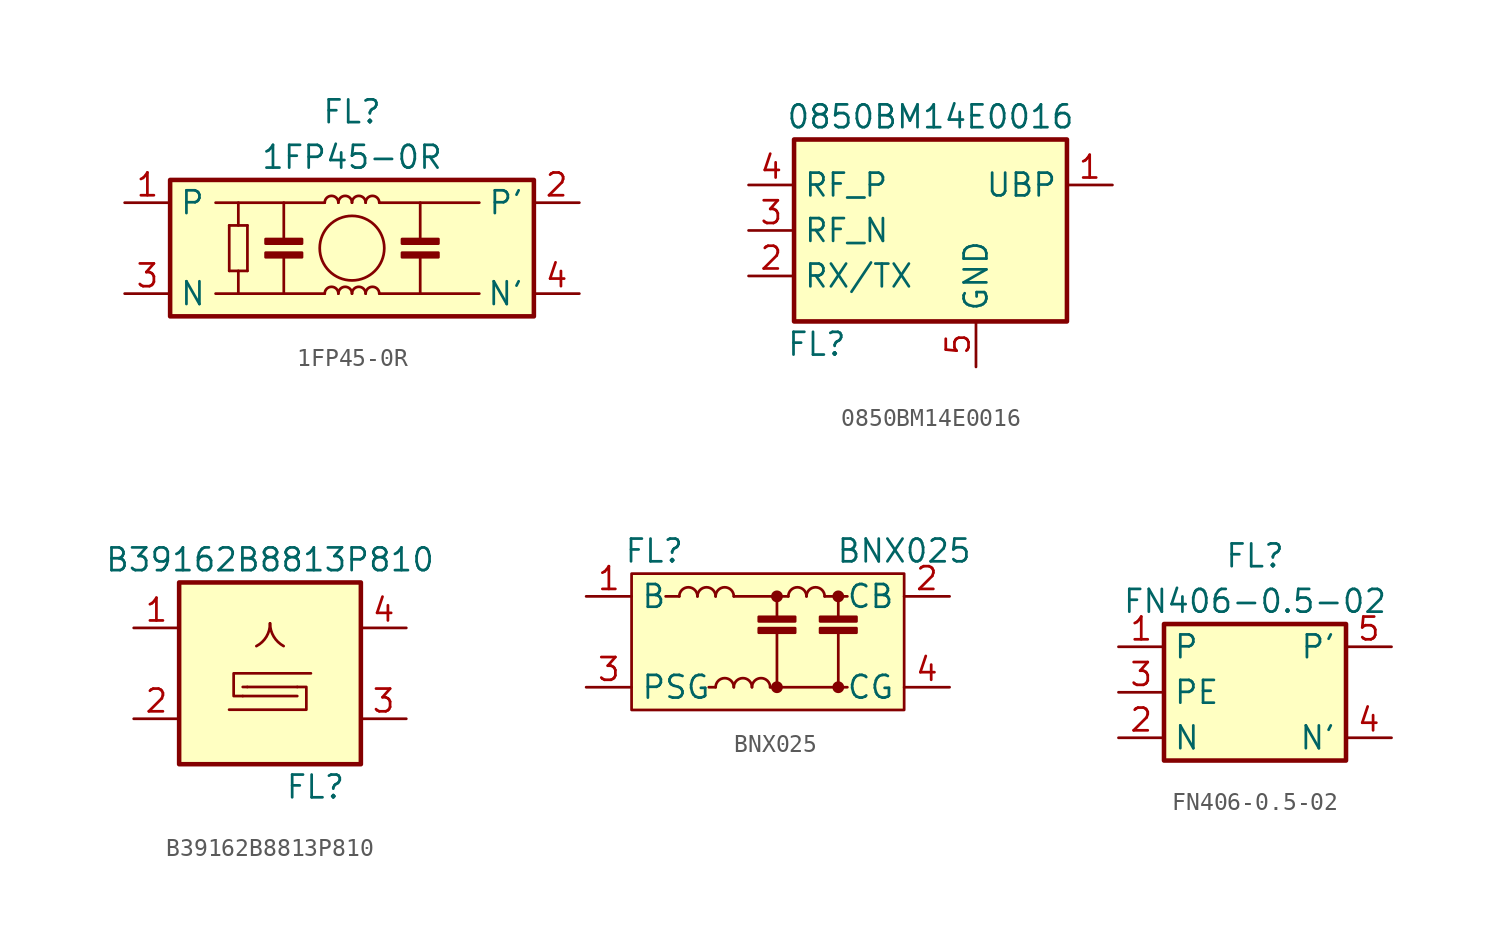
<source format=kicad_sym>
(kicad_symbol_lib
  (version 20241209)
  (generator "kicad_symbol_editor")
  (generator_version "9.0")
  (symbol "1FP45-0R"
    (property "Reference" "FL"
      (at 0 7.62 0)
      (effects (font (size 1.27 1.27))))
    (property "Value" "1FP45-0R"
      (at 0 5.08 0)
      (effects (font (size 1.27 1.27))))
    (symbol "1FP45-0R_1_1"
      (rectangle (start -10.16 3.81) (end 10.16 -3.81) (stroke (width 0.254) (type default)) (fill (type background)))
      (polyline (pts (xy -6.858 1.27) (xy -5.842 1.27)) (stroke (width 0) (type default)) (fill (type none)))
      (polyline (pts (xy -6.858 -1.27) (xy -6.858 1.27)) (stroke (width 0) (type default)) (fill (type none)))
      (polyline (pts (xy -6.858 -1.27) (xy -5.842 -1.27)) (stroke (width 0) (type default)) (fill (type none)))
      (polyline (pts (xy -6.35 1.27) (xy -6.35 2.54)) (stroke (width 0) (type default)) (fill (type none)))
      (polyline (pts (xy -6.35 -1.27) (xy -6.35 -2.54)) (stroke (width 0) (type default)) (fill (type none)))
      (polyline (pts (xy -5.842 -1.27) (xy -5.842 1.27)) (stroke (width 0) (type default)) (fill (type none)))
      (rectangle (start -4.826 0.254) (end -2.794 0.508) (stroke (width 0) (type default)) (fill (type outline)))
      (rectangle (start -4.826 -0.254) (end -2.794 -0.508) (stroke (width 0) (type default)) (fill (type outline)))
      (polyline (pts (xy -3.81 0.508) (xy -3.81 2.54)) (stroke (width 0) (type default)) (fill (type none)))
      (polyline (pts (xy -3.81 -0.508) (xy -3.81 -2.54)) (stroke (width 0) (type default)) (fill (type none)))
      (polyline (pts (xy -1.524 2.54) (xy -7.62 2.54)) (stroke (width 0) (type default)) (fill (type none)))
      (polyline (pts (xy -1.524 -2.54) (xy -7.62 -2.54)) (stroke (width 0) (type default)) (fill (type none)))
      (arc (start -1.524 2.54) (mid -1.143 2.9194) (end -0.762 2.54) (stroke (width 0) (type default)) (fill (type none)))
      (arc (start -1.524 -2.54) (mid -1.143 -2.1606) (end -0.762 -2.54) (stroke (width 0) (type default)) (fill (type none)))
      (arc (start -0.762 2.54) (mid -0.381 2.9194) (end 0 2.54) (stroke (width 0) (type default)) (fill (type none)))
      (arc (start -0.762 -2.54) (mid -0.381 -2.1606) (end 0 -2.54) (stroke (width 0) (type default)) (fill (type none)))
      (circle (center 0 0) (radius 1.803) (stroke (width 0) (type default)) (fill (type none)))
      (arc (start 0 2.54) (mid 0.381 2.9194) (end 0.762 2.54) (stroke (width 0) (type default)) (fill (type none)))
      (arc (start 0 -2.54) (mid 0.381 -2.1606) (end 0.762 -2.54) (stroke (width 0) (type default)) (fill (type none)))
      (arc (start 0.762 2.54) (mid 1.143 2.9194) (end 1.524 2.54) (stroke (width 0) (type default)) (fill (type none)))
      (arc (start 0.762 -2.54) (mid 1.143 -2.1606) (end 1.524 -2.54) (stroke (width 0) (type default)) (fill (type none)))
      (polyline (pts (xy 1.524 -2.54) (xy 7.112 -2.54)) (stroke (width 0) (type default)) (fill (type none)))
      (rectangle (start 2.794 0.254) (end 4.826 0.508) (stroke (width 0) (type default)) (fill (type outline)))
      (rectangle (start 2.794 -0.254) (end 4.826 -0.508) (stroke (width 0) (type default)) (fill (type outline)))
      (polyline (pts (xy 3.81 0.508) (xy 3.81 2.54)) (stroke (width 0) (type default)) (fill (type none)))
      (polyline (pts (xy 3.81 -0.508) (xy 3.81 -2.54)) (stroke (width 0) (type default)) (fill (type none)))
      (polyline (pts (xy 7.112 2.54) (xy 1.524 2.54)) (stroke (width 0) (type default)) (fill (type none)))
      (pin passive line (at -12.7 2.54 0) (length 2.54) (name "P" (effects (font (size 1.27 1.27)))) (number "1" (effects (font (size 1.27 1.27)))))
      (pin passive line (at -12.7 -2.54 0) (length 2.54) (name "N" (effects (font (size 1.27 1.27)))) (number "3" (effects (font (size 1.27 1.27)))))
      (pin passive line (at 12.7 2.54 180) (length 2.54) (name "P'" (effects (font (size 1.27 1.27)))) (number "2" (effects (font (size 1.27 1.27)))))
      (pin passive line (at 12.7 -2.54 180) (length 2.54) (name "N'" (effects (font (size 1.27 1.27)))) (number "4" (effects (font (size 1.27 1.27)))))))
  (symbol "0850BM14E0016"
    (property "Reference" "FL"
      (at -6.35 -6.35 0)
      (effects (font (size 1.27 1.27))))
    (property "Value" "0850BM14E0016"
      (at 0 6.35 0)
      (effects (font (size 1.27 1.27))))
    (symbol "0850BM14E0016_0_0"
      (pin passive line (at -10.16 2.54 0) (length 2.54) (name "RF_P" (effects (font (size 1.27 1.27)))) (number "4" (effects (font (size 1.27 1.27)))))
      (pin passive line (at -10.16 0 0) (length 2.54) (name "RF_N" (effects (font (size 1.27 1.27)))) (number "3" (effects (font (size 1.27 1.27)))))
      (pin passive line (at -10.16 -2.54 0) (length 2.54) (name "RX/TX" (effects (font (size 1.27 1.27)))) (number "2" (effects (font (size 1.27 1.27)))))
      (pin power_in line (at 2.54 -7.62 90) (length 2.54) (name "GND" (effects (font (size 1.27 1.27)))) (number "5" (effects (font (size 1.27 1.27)))))
      (pin passive line (at 2.54 -7.62 90) (length 2.54) (hide yes) (name "GND" (effects (font (size 1.27 1.27)))) (number "6" (effects (font (size 1.27 1.27)))))
      (pin passive line (at 10.16 2.54 180) (length 2.54) (name "UBP" (effects (font (size 1.27 1.27)))) (number "1" (effects (font (size 1.27 1.27))))))
    (symbol "0850BM14E0016_0_1"
      (rectangle (start -7.62 5.08) (end 7.62 -5.08) (stroke (width 0.254) (type default)) (fill (type background)))))
  (symbol "B39162B8813P810"
    (pin_names
      (offset 1.016))
    (property "Reference" "FL"
      (at 2.54 -6.35 0)
      (effects (font (size 1.27 1.27))))
    (property "Value" "B39162B8813P810"
      (at 0 6.35 0)
      (effects (font (size 1.27 1.27))))
    (symbol "B39162B8813P810_0_1"
      (rectangle (start -5.08 5.08) (end 5.08 -5.08) (stroke (width 0.254) (type default)) (fill (type background)))
      (polyline (pts (xy -1.524 -0.762) (xy -1.27 -0.762)) (stroke (width 0) (type default)) (fill (type none)))
      (polyline (pts (xy -1.524 -1.27) (xy -2.032 -1.27) (xy -2.032 0) (xy 2.286 0)) (stroke (width 0) (type default)) (fill (type none)))
      (arc (start 0 2.794) (mid -0.1994 2.05) (end -0.762 1.524) (stroke (width 0) (type default)) (fill (type none)))
      (arc (start 0.762 1.524) (mid 0.2071 2.0547) (end 0 2.794) (stroke (width 0) (type default)) (fill (type none)))
      (polyline (pts (xy 1.524 -0.762) (xy -1.27 -0.762)) (stroke (width 0) (type default)) (fill (type none)))
      (polyline (pts (xy 1.524 -0.762) (xy 2.032 -0.762) (xy 2.032 -2.032) (xy -2.286 -2.032)) (stroke (width 0) (type default)) (fill (type none)))
      (polyline (pts (xy 1.524 -1.27) (xy -1.524 -1.27)) (stroke (width 0) (type default)) (fill (type none))))
    (symbol "B39162B8813P810_1_1"
      (pin passive line (at -7.62 2.54 0) (length 2.54) (name "~" (effects (font (size 1.27 1.27)))) (number "1" (effects (font (size 1.27 1.27)))))
      (pin passive line (at -7.62 -2.54 0) (length 2.54) (name "~" (effects (font (size 1.27 1.27)))) (number "2" (effects (font (size 1.27 1.27)))))
      (pin passive line (at -7.62 -2.54 0) (length 2.54) (hide yes) (name "~" (effects (font (size 1.27 1.27)))) (number "5" (effects (font (size 1.27 1.27)))))
      (pin passive line (at 7.62 2.54 180) (length 2.54) (name "~" (effects (font (size 1.27 1.27)))) (number "4" (effects (font (size 1.27 1.27)))))
      (pin passive line (at 7.62 -2.54 180) (length 2.54) (name "~" (effects (font (size 1.27 1.27)))) (number "3" (effects (font (size 1.27 1.27)))))))
  (symbol "BNX025"
    (property "Reference" "FL"
      (at -6.35 5.08 0)
      (effects (font (size 1.27 1.27))))
    (property "Value" "BNX025"
      (at 7.62 5.08 0)
      (effects (font (size 1.27 1.27))))
    (symbol "BNX025_0_1"
      (rectangle (start -7.62 3.81) (end 7.62 -3.81) (stroke (width 0) (type default)) (fill (type background)))
      (polyline (pts (xy -4.953 2.54) (xy -5.715 2.54)) (stroke (width 0) (type default)) (fill (type none)))
      (polyline (pts (xy -3.302 -2.54) (xy -2.921 -2.54)) (stroke (width 0) (type default)) (fill (type none)))
      (arc (start -2.921 -2.54) (mid -2.413 -2.0342) (end -1.905 -2.54) (stroke (width 0) (type default)) (fill (type none)))
      (arc (start -1.905 -2.54) (mid -1.397 -2.0342) (end -0.889 -2.54) (stroke (width 0) (type default)) (fill (type none)))
      (rectangle (start -0.508 0.508) (end 1.524 0.762) (stroke (width 0) (type default)) (fill (type outline)))
      (arc (start -0.889 -2.54) (mid -0.381 -2.0342) (end 0.127 -2.54) (stroke (width 0) (type default)) (fill (type none)))
      (polyline (pts (xy 0.127 -2.54) (xy 0.508 -2.54)) (stroke (width 0) (type default)) (fill (type none)))
      (polyline (pts (xy 0.381 2.54) (xy -1.905 2.54)) (stroke (width 0) (type default)) (fill (type none)))
      (polyline (pts (xy 0.508 2.54) (xy 0.508 1.27)) (stroke (width 0) (type default)) (fill (type none)))
      (circle (center 0.508 2.54) (radius 0.254) (stroke (width 0) (type default)) (fill (type outline)))
      (polyline (pts (xy 0.508 -2.54) (xy 0.508 0.508)) (stroke (width 0) (type default)) (fill (type none)))
      (polyline (pts (xy 1.143 2.54) (xy 0.508 2.54)) (stroke (width 0) (type default)) (fill (type none)))
      (rectangle (start 1.524 1.143) (end -0.508 1.397) (stroke (width 0) (type default)) (fill (type outline)))
      (arc (start 1.143 2.54) (mid 1.651 3.0458) (end 2.159 2.54) (stroke (width 0) (type default)) (fill (type none)))
      (arc (start 2.159 2.54) (mid 2.667 3.0458) (end 3.175 2.54) (stroke (width 0) (type default)) (fill (type none)))
      (polyline (pts (xy 3.175 2.54) (xy 3.937 2.54)) (stroke (width 0) (type default)) (fill (type none)))
      (polyline (pts (xy 3.937 2.54) (xy 3.937 1.27)) (stroke (width 0) (type default)) (fill (type none)))
      (polyline (pts (xy 3.937 2.54) (xy 4.445 2.54)) (stroke (width 0) (type default)) (fill (type none)))
      (polyline (pts (xy 3.937 -2.54) (xy 0.508 -2.54)) (stroke (width 0) (type default)) (fill (type none)))
      (polyline (pts (xy 3.937 -2.54) (xy 3.937 0.508)) (stroke (width 0) (type default)) (fill (type none)))
      (polyline (pts (xy 3.937 -2.54) (xy 4.445 -2.54)) (stroke (width 0) (type default)) (fill (type none))))
    (symbol "BNX025_1_1"
      (arc (start -4.953 2.54) (mid -4.445 3.0458) (end -3.937 2.54) (stroke (width 0) (type default)) (fill (type none)))
      (arc (start -3.937 2.54) (mid -3.429 3.0458) (end -2.921 2.54) (stroke (width 0) (type default)) (fill (type none)))
      (arc (start -2.921 2.54) (mid -2.413 3.0458) (end -1.905 2.54) (stroke (width 0) (type default)) (fill (type none)))
      (circle (center 0.508 -2.54) (radius 0.254) (stroke (width 0) (type default)) (fill (type outline)))
      (rectangle (start 2.921 0.508) (end 4.953 0.762) (stroke (width 0) (type default)) (fill (type outline)))
      (circle (center 3.937 2.54) (radius 0.254) (stroke (width 0) (type default)) (fill (type outline)))
      (circle (center 3.937 -2.54) (radius 0.254) (stroke (width 0) (type default)) (fill (type outline)))
      (rectangle (start 4.953 1.143) (end 2.921 1.397) (stroke (width 0) (type default)) (fill (type outline)))
      (pin passive line (at -10.16 2.54 0) (length 2.54) (name "B" (effects (font (size 1.27 1.27)))) (number "1" (effects (font (size 1.27 1.27)))))
      (pin passive line (at -10.16 -2.54 0) (length 2.54) (name "PSG" (effects (font (size 1.27 1.27)))) (number "3" (effects (font (size 1.27 1.27)))))
      (pin passive line (at 10.16 2.54 180) (length 2.54) (name "CB" (effects (font (size 1.27 1.27)))) (number "2" (effects (font (size 1.27 1.27)))))
      (pin passive line (at 10.16 -2.54 180) (length 2.54) (name "CG" (effects (font (size 1.27 1.27)))) (number "4" (effects (font (size 1.27 1.27)))))))
  (symbol "FN406-0.5-02"
    (property "Reference" "FL"
      (at 0 7.62 0)
      (effects (font (size 1.27 1.27))))
    (property "Value" "FN406-0.5-02"
      (at 0 5.08 0)
      (effects (font (size 1.27 1.27))))
    (symbol "FN406-0.5-02_0_1"
      (rectangle (start -5.08 3.81) (end 5.08 -3.81) (stroke (width 0.254) (type default)) (fill (type background))))
    (symbol "FN406-0.5-02_1_1"
      (pin passive line (at -7.62 2.54 0) (length 2.54) (name "P" (effects (font (size 1.27 1.27)))) (number "1" (effects (font (size 1.27 1.27)))))
      (pin passive line (at -7.62 0 0) (length 2.54) (name "PE" (effects (font (size 1.27 1.27)))) (number "3" (effects (font (size 1.27 1.27)))))
      (pin passive line (at -7.62 -2.54 0) (length 2.54) (name "N" (effects (font (size 1.27 1.27)))) (number "2" (effects (font (size 1.27 1.27)))))
      (pin passive line (at 7.62 2.54 180) (length 2.54) (name "P'" (effects (font (size 1.27 1.27)))) (number "5" (effects (font (size 1.27 1.27)))))
      (pin passive line (at 7.62 -2.54 180) (length 2.54) (name "N'" (effects (font (size 1.27 1.27)))) (number "4" (effects (font (size 1.27 1.27))))))))
</source>
